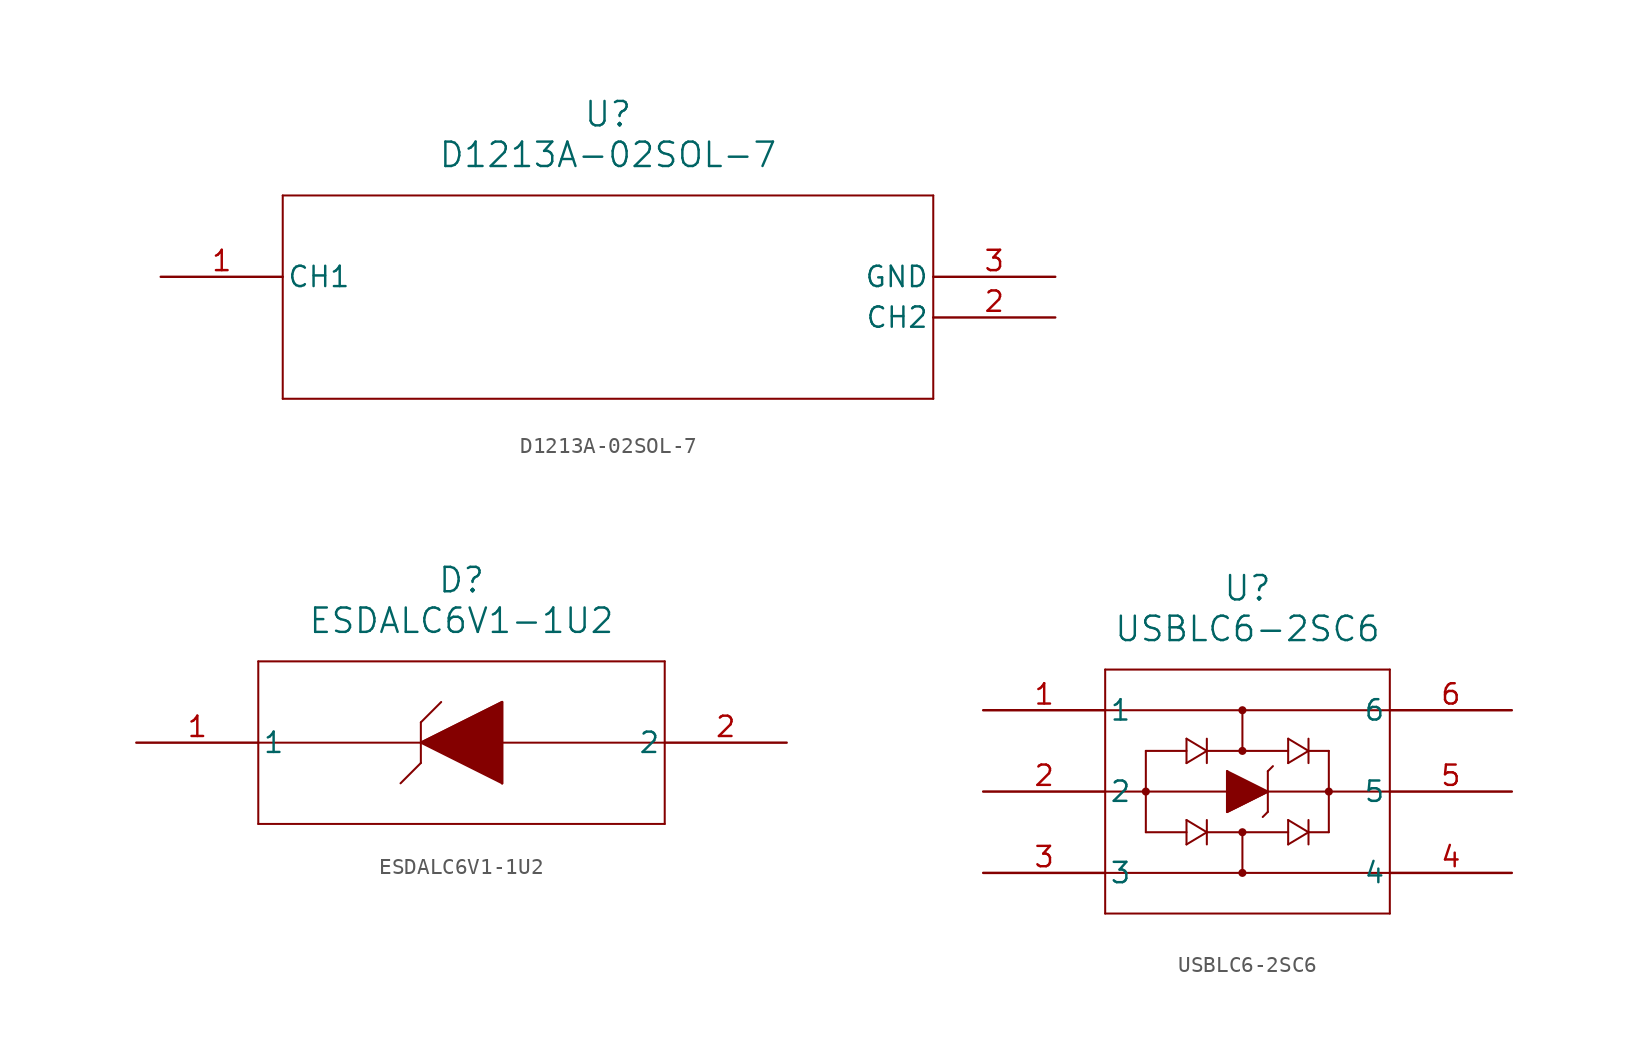
<source format=kicad_sym>
(kicad_symbol_lib
  (version 20220914)
  (generator kicad_symbol_editor)
  (symbol "D1213A-02SOL-7"
    (pin_names
      (offset 0.254))
    (property "Reference" "U"
      (at 27.94 10.16 0)
      (effects (font (size 1.524 1.524))))
    (property "Value" "D1213A-02SOL-7"
      (at 27.94 7.62 0)
      (effects (font (size 1.524 1.524))))
    (symbol "D1213A-02SOL-7_0_1"
      (polyline (pts (xy 7.62 -7.62) (xy 48.26 -7.62)) (stroke (width 0.127) (type default)) (fill (type none)))
      (polyline (pts (xy 7.62 5.08) (xy 7.62 -7.62)) (stroke (width 0.127) (type default)) (fill (type none)))
      (polyline (pts (xy 48.26 -7.62) (xy 48.26 5.08)) (stroke (width 0.127) (type default)) (fill (type none)))
      (polyline (pts (xy 48.26 5.08) (xy 7.62 5.08)) (stroke (width 0.127) (type default)) (fill (type none)))
      (pin power_in line (at 55.88 0 180) (length 7.62) (name "GND" (effects (font (size 1.27 1.27)))) (number "3" (effects (font (size 1.27 1.27))))))
    (symbol "D1213A-02SOL-7_1_1"
      (pin passive line (at 0 0 0) (length 7.62) (name "CH1" (effects (font (size 1.27 1.27)))) (number "1" (effects (font (size 1.27 1.27)))))
      (pin passive line (at 55.88 -2.54 180) (length 7.62) (name "CH2" (effects (font (size 1.27 1.27)))) (number "2" (effects (font (size 1.27 1.27)))))))
  (symbol "ESDALC6V1-1U2"
    (pin_names
      (offset 0.254))
    (property "Reference" "D"
      (at 20.32 10.16 0)
      (effects (font (size 1.524 1.524))))
    (property "Value" "ESDALC6V1-1U2"
      (at 20.32 7.62 0)
      (effects (font (size 1.524 1.524))))
    (symbol "ESDALC6V1-1U2_0_1"
      (polyline (pts (xy 7.62 -5.08) (xy 33.02 -5.08)) (stroke (width 0.127) (type default)) (fill (type none)))
      (polyline (pts (xy 7.62 0) (xy 33.02 0)) (stroke (width 0.127) (type default)) (fill (type none)))
      (polyline (pts (xy 7.62 5.08) (xy 7.62 -5.08)) (stroke (width 0.127) (type default)) (fill (type none)))
      (polyline (pts (xy 17.78 -1.27) (xy 16.51 -2.54)) (stroke (width 0.127) (type default)) (fill (type none)))
      (polyline (pts (xy 17.78 0) (xy 22.86 2.54)) (stroke (width 0.127) (type default)) (fill (type none)))
      (polyline (pts (xy 17.78 1.27) (xy 17.78 -1.27)) (stroke (width 0.127) (type default)) (fill (type none)))
      (polyline (pts (xy 17.78 1.27) (xy 19.05 2.54)) (stroke (width 0.127) (type default)) (fill (type none)))
      (polyline (pts (xy 22.86 -2.54) (xy 17.78 0)) (stroke (width 0.127) (type default)) (fill (type none)))
      (polyline (pts (xy 22.86 2.54) (xy 22.86 -2.54)) (stroke (width 0.127) (type default)) (fill (type none)))
      (polyline (pts (xy 33.02 -5.08) (xy 33.02 5.08)) (stroke (width 0.127) (type default)) (fill (type none)))
      (polyline (pts (xy 33.02 5.08) (xy 7.62 5.08)) (stroke (width 0.127) (type default)) (fill (type none)))
      (polyline (pts (xy 17.78 0) (xy 22.86 2.54) (xy 22.86 -2.54)) (stroke (width 0) (type default)) (fill (type outline)))
      (pin unspecified line (at 0 0 0) (length 7.62) (name "1" (effects (font (size 1.27 1.27)))) (number "1" (effects (font (size 1.27 1.27)))))
      (pin unspecified line (at 40.64 0 180) (length 7.62) (name "2" (effects (font (size 1.27 1.27)))) (number "2" (effects (font (size 1.27 1.27)))))))
  (symbol "USBLC6-2SC6"
    (pin_names
      (offset 0.254))
    (property "Reference" "U"
      (at 16.51 7.62 0)
      (effects (font (size 1.524 1.524))))
    (property "Value" "USBLC6-2SC6"
      (at 16.51 5.08 0)
      (effects (font (size 1.524 1.524))))
    (symbol "USBLC6-2SC6_0_1"
      (polyline (pts (xy 7.62 -12.7) (xy 25.4 -12.7)) (stroke (width 0.127) (type default)) (fill (type none)))
      (polyline (pts (xy 7.62 -10.16) (xy 25.4 -10.16)) (stroke (width 0.127) (type default)) (fill (type none)))
      (polyline (pts (xy 7.62 -5.08) (xy 25.4 -5.08)) (stroke (width 0.127) (type default)) (fill (type none)))
      (polyline (pts (xy 7.62 0) (xy 25.4 0)) (stroke (width 0.127) (type default)) (fill (type none)))
      (polyline (pts (xy 7.62 2.54) (xy 7.62 -12.7)) (stroke (width 0.127) (type default)) (fill (type none)))
      (polyline (pts (xy 10.16 -7.62) (xy 12.7 -7.62)) (stroke (width 0.127) (type default)) (fill (type none)))
      (polyline (pts (xy 10.16 -2.54) (xy 10.16 -7.62)) (stroke (width 0.127) (type default)) (fill (type none)))
      (polyline (pts (xy 12.7 -8.382) (xy 13.97 -7.62)) (stroke (width 0.127) (type default)) (fill (type none)))
      (polyline (pts (xy 12.7 -6.858) (xy 12.7 -8.382)) (stroke (width 0.127) (type default)) (fill (type none)))
      (polyline (pts (xy 12.7 -3.302) (xy 13.97 -2.54)) (stroke (width 0.127) (type default)) (fill (type none)))
      (polyline (pts (xy 12.7 -2.54) (xy 10.16 -2.54)) (stroke (width 0.127) (type default)) (fill (type none)))
      (polyline (pts (xy 12.7 -1.778) (xy 12.7 -3.302)) (stroke (width 0.127) (type default)) (fill (type none)))
      (polyline (pts (xy 13.97 -7.62) (xy 12.7 -6.858)) (stroke (width 0.127) (type default)) (fill (type none)))
      (polyline (pts (xy 13.97 -7.62) (xy 19.05 -7.62)) (stroke (width 0.127) (type default)) (fill (type none)))
      (polyline (pts (xy 13.97 -6.858) (xy 13.97 -8.382)) (stroke (width 0.127) (type default)) (fill (type none)))
      (polyline (pts (xy 13.97 -2.54) (xy 12.7 -1.778)) (stroke (width 0.127) (type default)) (fill (type none)))
      (polyline (pts (xy 13.97 -2.54) (xy 19.05 -2.54)) (stroke (width 0.127) (type default)) (fill (type none)))
      (polyline (pts (xy 13.97 -1.778) (xy 13.97 -3.302)) (stroke (width 0.127) (type default)) (fill (type none)))
      (polyline (pts (xy 15.24 -6.35) (xy 17.78 -5.08)) (stroke (width 0.127) (type default)) (fill (type none)))
      (polyline (pts (xy 15.24 -3.81) (xy 15.24 -6.35)) (stroke (width 0.127) (type default)) (fill (type none)))
      (polyline (pts (xy 16.192 -7.62) (xy 16.192 -10.16)) (stroke (width 0.127) (type default)) (fill (type none)))
      (polyline (pts (xy 16.192 -2.54) (xy 16.192 0)) (stroke (width 0.127) (type default)) (fill (type none)))
      (polyline (pts (xy 17.78 -6.35) (xy 17.462 -6.668)) (stroke (width 0.127) (type default)) (fill (type none)))
      (polyline (pts (xy 17.78 -5.08) (xy 15.24 -3.81)) (stroke (width 0.127) (type default)) (fill (type none)))
      (polyline (pts (xy 17.78 -3.81) (xy 17.78 -6.35)) (stroke (width 0.127) (type default)) (fill (type none)))
      (polyline (pts (xy 17.78 -3.81) (xy 18.098 -3.493)) (stroke (width 0.127) (type default)) (fill (type none)))
      (polyline (pts (xy 19.05 -8.382) (xy 19.05 -6.858)) (stroke (width 0.127) (type default)) (fill (type none)))
      (polyline (pts (xy 19.05 -6.858) (xy 20.32 -7.62)) (stroke (width 0.127) (type default)) (fill (type none)))
      (polyline (pts (xy 19.05 -3.302) (xy 19.05 -1.778)) (stroke (width 0.127) (type default)) (fill (type none)))
      (polyline (pts (xy 19.05 -1.778) (xy 20.32 -2.54)) (stroke (width 0.127) (type default)) (fill (type none)))
      (polyline (pts (xy 20.32 -8.382) (xy 20.32 -6.858)) (stroke (width 0.127) (type default)) (fill (type none)))
      (polyline (pts (xy 20.32 -7.62) (xy 19.05 -8.382)) (stroke (width 0.127) (type default)) (fill (type none)))
      (polyline (pts (xy 20.32 -7.62) (xy 21.59 -7.62)) (stroke (width 0.127) (type default)) (fill (type none)))
      (polyline (pts (xy 20.32 -3.302) (xy 20.32 -1.778)) (stroke (width 0.127) (type default)) (fill (type none)))
      (polyline (pts (xy 20.32 -2.54) (xy 19.05 -3.302)) (stroke (width 0.127) (type default)) (fill (type none)))
      (polyline (pts (xy 20.32 -2.54) (xy 21.59 -2.54)) (stroke (width 0.127) (type default)) (fill (type none)))
      (polyline (pts (xy 21.59 -7.62) (xy 21.59 -2.54)) (stroke (width 0.127) (type default)) (fill (type none)))
      (polyline (pts (xy 25.4 -12.7) (xy 25.4 2.54)) (stroke (width 0.127) (type default)) (fill (type none)))
      (polyline (pts (xy 25.4 2.54) (xy 7.62 2.54)) (stroke (width 0.127) (type default)) (fill (type none)))
      (polyline (pts (xy 15.24 -3.81) (xy 15.24 -6.35) (xy 17.78 -5.08)) (stroke (width 0) (type default)) (fill (type outline)))
      (circle (center 10.16 -5.08) (radius 0.127) (stroke (width 0.254) (type default)) (fill (type none)))
      (circle (center 16.192 -10.16) (radius 0.127) (stroke (width 0.254) (type default)) (fill (type none)))
      (circle (center 16.192 -7.62) (radius 0.127) (stroke (width 0.254) (type default)) (fill (type none)))
      (circle (center 16.192 -2.54) (radius 0.127) (stroke (width 0.254) (type default)) (fill (type none)))
      (circle (center 16.192 0) (radius 0.127) (stroke (width 0.254) (type default)) (fill (type none)))
      (circle (center 21.59 -5.08) (radius 0.127) (stroke (width 0.254) (type default)) (fill (type none))))
    (symbol "USBLC6-2SC6_1_1"
      (pin passive line (at 0 0 0) (length 7.62) (name "1" (effects (font (size 1.27 1.27)))) (number "1" (effects (font (size 1.27 1.27)))))
      (pin passive line (at 0 -5.08 0) (length 7.62) (name "2" (effects (font (size 1.27 1.27)))) (number "2" (effects (font (size 1.27 1.27)))))
      (pin passive line (at 0 -10.16 0) (length 7.62) (name "3" (effects (font (size 1.27 1.27)))) (number "3" (effects (font (size 1.27 1.27)))))
      (pin passive line (at 33.02 -10.16 180) (length 7.62) (name "4" (effects (font (size 1.27 1.27)))) (number "4" (effects (font (size 1.27 1.27)))))
      (pin passive line (at 33.02 -5.08 180) (length 7.62) (name "5" (effects (font (size 1.27 1.27)))) (number "5" (effects (font (size 1.27 1.27)))))
      (pin passive line (at 33.02 0 180) (length 7.62) (name "6" (effects (font (size 1.27 1.27)))) (number "6" (effects (font (size 1.27 1.27))))))))
</source>
